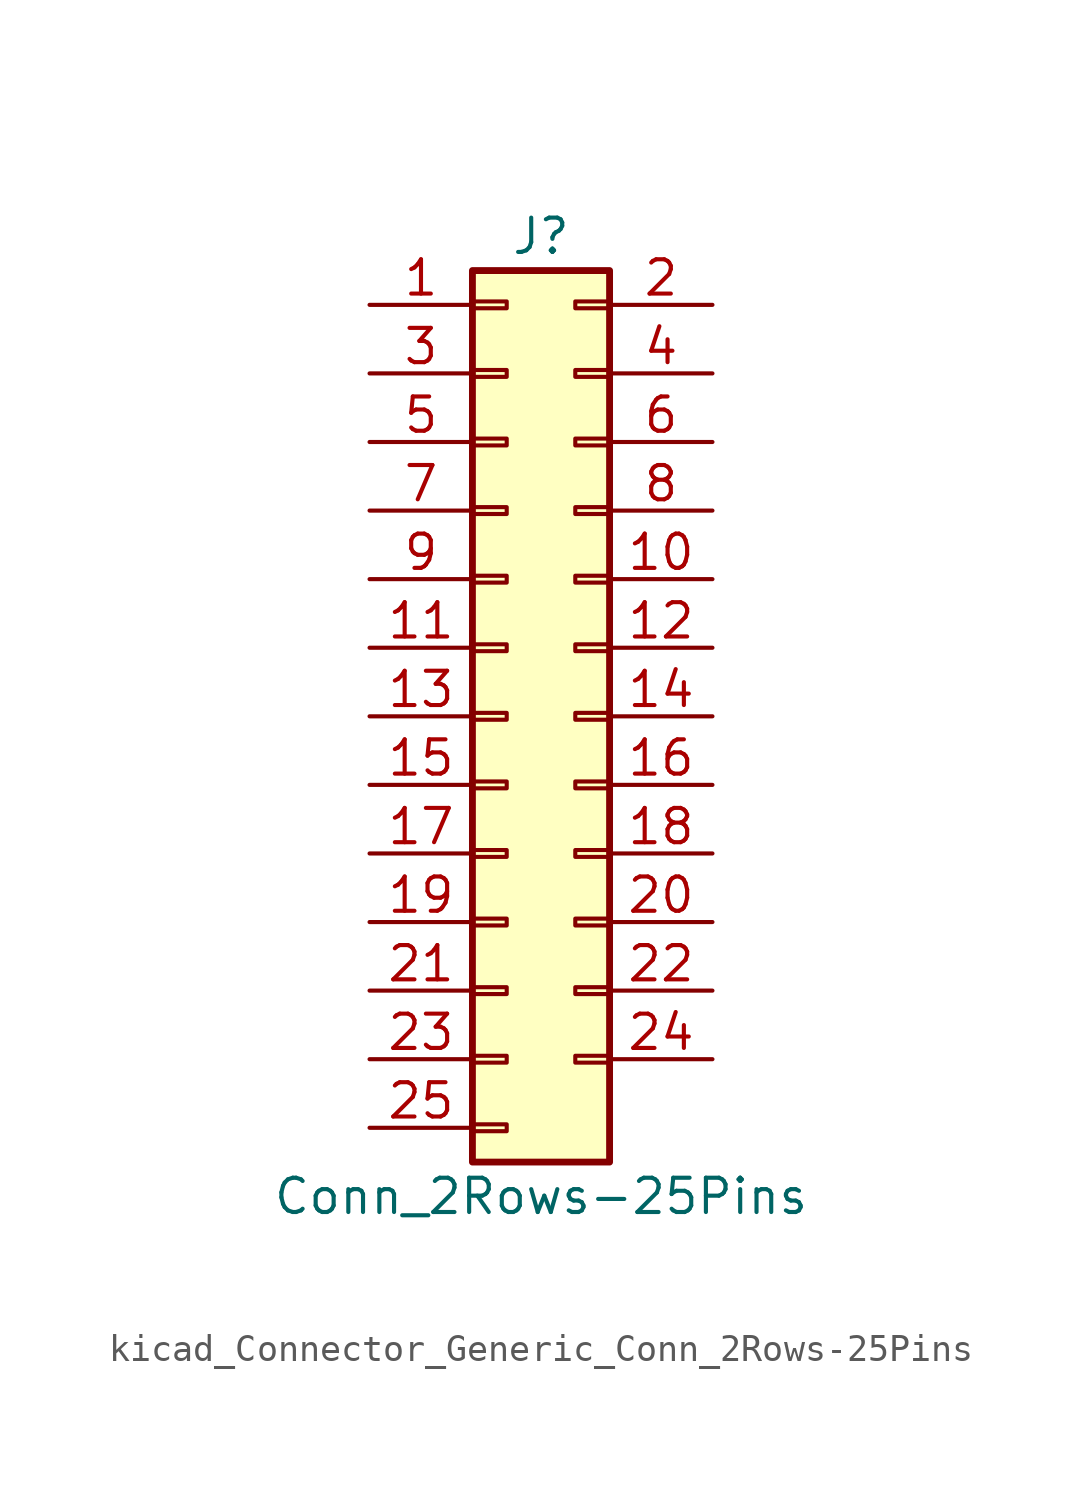
<source format=kicad_sym>
(kicad_symbol_lib
  (version 20220914)
  (generator kicad_symbol_editor)
  (symbol "kicad_Connector_Generic_Conn_2Rows-25Pins"
    (pin_names
      (offset 1.016) hide)
    (property "Reference" "J"
      (at 1.27 17.78 0)
      (effects (font (size 1.27 1.27))))
    (property "Value" "Conn_2Rows-25Pins"
      (at 1.27 -17.78 0)
      (effects (font (size 1.27 1.27))))
    (symbol "kicad_Connector_Generic_Conn_2Rows-25Pins_1_1"
      (rectangle (start -1.27 -15.113) (end 0 -15.367) (stroke (width 0.152) (type default)) (fill (type none)))
      (rectangle (start -1.27 -12.573) (end 0 -12.827) (stroke (width 0.152) (type default)) (fill (type none)))
      (rectangle (start -1.27 -10.033) (end 0 -10.287) (stroke (width 0.152) (type default)) (fill (type none)))
      (rectangle (start -1.27 -7.493) (end 0 -7.747) (stroke (width 0.152) (type default)) (fill (type none)))
      (rectangle (start -1.27 -4.953) (end 0 -5.207) (stroke (width 0.152) (type default)) (fill (type none)))
      (rectangle (start -1.27 -2.413) (end 0 -2.667) (stroke (width 0.152) (type default)) (fill (type none)))
      (rectangle (start -1.27 0.127) (end 0 -0.127) (stroke (width 0.152) (type default)) (fill (type none)))
      (rectangle (start -1.27 2.667) (end 0 2.413) (stroke (width 0.152) (type default)) (fill (type none)))
      (rectangle (start -1.27 5.207) (end 0 4.953) (stroke (width 0.152) (type default)) (fill (type none)))
      (rectangle (start -1.27 7.747) (end 0 7.493) (stroke (width 0.152) (type default)) (fill (type none)))
      (rectangle (start -1.27 10.287) (end 0 10.033) (stroke (width 0.152) (type default)) (fill (type none)))
      (rectangle (start -1.27 12.827) (end 0 12.573) (stroke (width 0.152) (type default)) (fill (type none)))
      (rectangle (start -1.27 15.367) (end 0 15.113) (stroke (width 0.152) (type default)) (fill (type none)))
      (rectangle (start -1.27 16.51) (end 3.81 -16.51) (stroke (width 0.254) (type default)) (fill (type background)))
      (rectangle (start 3.81 -12.573) (end 2.54 -12.827) (stroke (width 0.152) (type default)) (fill (type none)))
      (rectangle (start 3.81 -10.033) (end 2.54 -10.287) (stroke (width 0.152) (type default)) (fill (type none)))
      (rectangle (start 3.81 -7.493) (end 2.54 -7.747) (stroke (width 0.152) (type default)) (fill (type none)))
      (rectangle (start 3.81 -4.953) (end 2.54 -5.207) (stroke (width 0.152) (type default)) (fill (type none)))
      (rectangle (start 3.81 -2.413) (end 2.54 -2.667) (stroke (width 0.152) (type default)) (fill (type none)))
      (rectangle (start 3.81 0.127) (end 2.54 -0.127) (stroke (width 0.152) (type default)) (fill (type none)))
      (rectangle (start 3.81 2.667) (end 2.54 2.413) (stroke (width 0.152) (type default)) (fill (type none)))
      (rectangle (start 3.81 5.207) (end 2.54 4.953) (stroke (width 0.152) (type default)) (fill (type none)))
      (rectangle (start 3.81 7.747) (end 2.54 7.493) (stroke (width 0.152) (type default)) (fill (type none)))
      (rectangle (start 3.81 10.287) (end 2.54 10.033) (stroke (width 0.152) (type default)) (fill (type none)))
      (rectangle (start 3.81 12.827) (end 2.54 12.573) (stroke (width 0.152) (type default)) (fill (type none)))
      (rectangle (start 3.81 15.367) (end 2.54 15.113) (stroke (width 0.152) (type default)) (fill (type none)))
      (pin passive line (at -5.08 15.24 0) (length 3.81) (name "Pin_1" (effects (font (size 1.27 1.27)))) (number "1" (effects (font (size 1.27 1.27)))))
      (pin passive line (at 7.62 5.08 180) (length 3.81) (name "Pin_10" (effects (font (size 1.27 1.27)))) (number "10" (effects (font (size 1.27 1.27)))))
      (pin passive line (at -5.08 2.54 0) (length 3.81) (name "Pin_11" (effects (font (size 1.27 1.27)))) (number "11" (effects (font (size 1.27 1.27)))))
      (pin passive line (at 7.62 2.54 180) (length 3.81) (name "Pin_12" (effects (font (size 1.27 1.27)))) (number "12" (effects (font (size 1.27 1.27)))))
      (pin passive line (at -5.08 0 0) (length 3.81) (name "Pin_13" (effects (font (size 1.27 1.27)))) (number "13" (effects (font (size 1.27 1.27)))))
      (pin passive line (at 7.62 0 180) (length 3.81) (name "Pin_14" (effects (font (size 1.27 1.27)))) (number "14" (effects (font (size 1.27 1.27)))))
      (pin passive line (at -5.08 -2.54 0) (length 3.81) (name "Pin_15" (effects (font (size 1.27 1.27)))) (number "15" (effects (font (size 1.27 1.27)))))
      (pin passive line (at 7.62 -2.54 180) (length 3.81) (name "Pin_16" (effects (font (size 1.27 1.27)))) (number "16" (effects (font (size 1.27 1.27)))))
      (pin passive line (at -5.08 -5.08 0) (length 3.81) (name "Pin_17" (effects (font (size 1.27 1.27)))) (number "17" (effects (font (size 1.27 1.27)))))
      (pin passive line (at 7.62 -5.08 180) (length 3.81) (name "Pin_18" (effects (font (size 1.27 1.27)))) (number "18" (effects (font (size 1.27 1.27)))))
      (pin passive line (at -5.08 -7.62 0) (length 3.81) (name "Pin_19" (effects (font (size 1.27 1.27)))) (number "19" (effects (font (size 1.27 1.27)))))
      (pin passive line (at 7.62 15.24 180) (length 3.81) (name "Pin_2" (effects (font (size 1.27 1.27)))) (number "2" (effects (font (size 1.27 1.27)))))
      (pin passive line (at 7.62 -7.62 180) (length 3.81) (name "Pin_20" (effects (font (size 1.27 1.27)))) (number "20" (effects (font (size 1.27 1.27)))))
      (pin passive line (at -5.08 -10.16 0) (length 3.81) (name "Pin_21" (effects (font (size 1.27 1.27)))) (number "21" (effects (font (size 1.27 1.27)))))
      (pin passive line (at 7.62 -10.16 180) (length 3.81) (name "Pin_22" (effects (font (size 1.27 1.27)))) (number "22" (effects (font (size 1.27 1.27)))))
      (pin passive line (at -5.08 -12.7 0) (length 3.81) (name "Pin_23" (effects (font (size 1.27 1.27)))) (number "23" (effects (font (size 1.27 1.27)))))
      (pin passive line (at 7.62 -12.7 180) (length 3.81) (name "Pin_24" (effects (font (size 1.27 1.27)))) (number "24" (effects (font (size 1.27 1.27)))))
      (pin passive line (at -5.08 -15.24 0) (length 3.81) (name "Pin_25" (effects (font (size 1.27 1.27)))) (number "25" (effects (font (size 1.27 1.27)))))
      (pin passive line (at -5.08 12.7 0) (length 3.81) (name "Pin_3" (effects (font (size 1.27 1.27)))) (number "3" (effects (font (size 1.27 1.27)))))
      (pin passive line (at 7.62 12.7 180) (length 3.81) (name "Pin_4" (effects (font (size 1.27 1.27)))) (number "4" (effects (font (size 1.27 1.27)))))
      (pin passive line (at -5.08 10.16 0) (length 3.81) (name "Pin_5" (effects (font (size 1.27 1.27)))) (number "5" (effects (font (size 1.27 1.27)))))
      (pin passive line (at 7.62 10.16 180) (length 3.81) (name "Pin_6" (effects (font (size 1.27 1.27)))) (number "6" (effects (font (size 1.27 1.27)))))
      (pin passive line (at -5.08 7.62 0) (length 3.81) (name "Pin_7" (effects (font (size 1.27 1.27)))) (number "7" (effects (font (size 1.27 1.27)))))
      (pin passive line (at 7.62 7.62 180) (length 3.81) (name "Pin_8" (effects (font (size 1.27 1.27)))) (number "8" (effects (font (size 1.27 1.27)))))
      (pin passive line (at -5.08 5.08 0) (length 3.81) (name "Pin_9" (effects (font (size 1.27 1.27)))) (number "9" (effects (font (size 1.27 1.27))))))))
</source>
